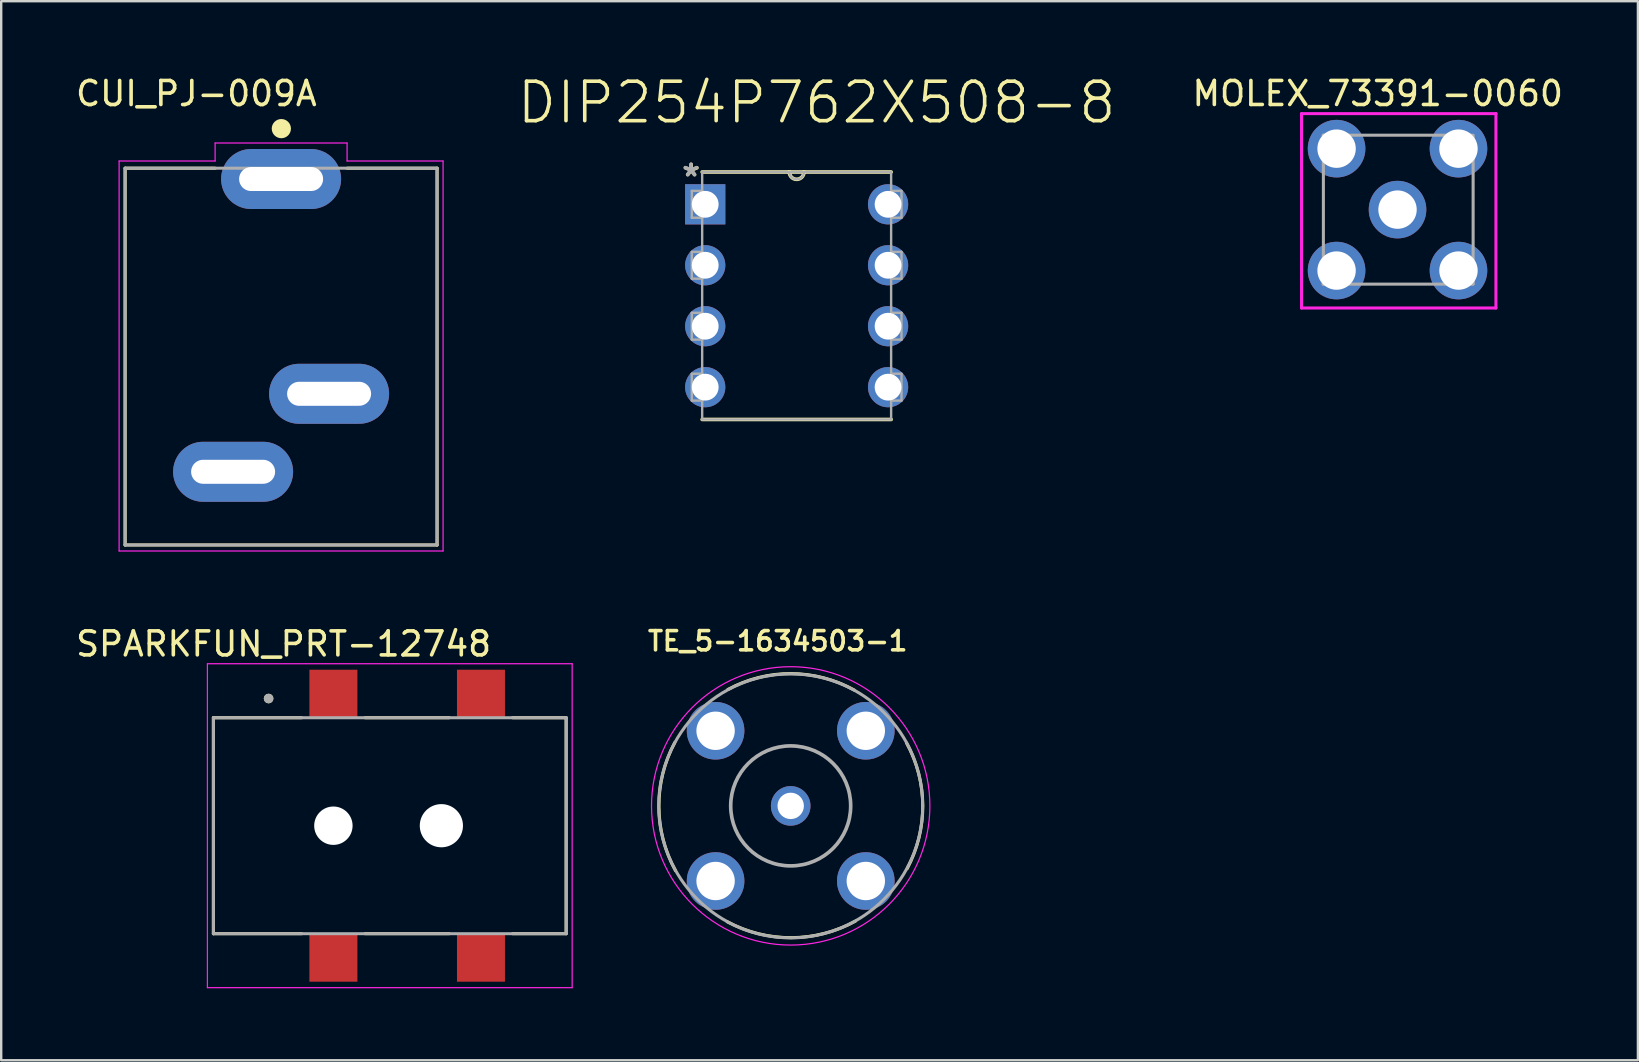
<source format=kicad_pcb>
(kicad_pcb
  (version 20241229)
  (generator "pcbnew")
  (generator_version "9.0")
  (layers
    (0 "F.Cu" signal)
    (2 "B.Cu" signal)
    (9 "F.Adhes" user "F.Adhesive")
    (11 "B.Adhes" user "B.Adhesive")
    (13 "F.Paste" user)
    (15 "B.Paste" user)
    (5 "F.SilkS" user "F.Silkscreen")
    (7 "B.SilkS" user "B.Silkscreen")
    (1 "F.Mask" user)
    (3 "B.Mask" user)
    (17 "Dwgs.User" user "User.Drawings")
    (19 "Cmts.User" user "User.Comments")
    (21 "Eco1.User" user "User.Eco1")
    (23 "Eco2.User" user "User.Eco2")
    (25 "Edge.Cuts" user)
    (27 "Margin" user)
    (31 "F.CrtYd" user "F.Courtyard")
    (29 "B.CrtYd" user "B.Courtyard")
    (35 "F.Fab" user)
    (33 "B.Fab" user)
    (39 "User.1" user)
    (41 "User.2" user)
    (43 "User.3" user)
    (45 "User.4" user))
  (footprint "SPARKFUN_PRT-12748"
    (layer "F.Cu")
    (at 13.193 31.359)
    (property "Reference" "SPARKFUN_PRT-12748" (at -4.425 -7.575 0) (layer "F.SilkS") (effects (font (size 1 1) (thickness 0.15))))
    (attr through_hole)
    (fp_line (start -7.35 -4.5) (end -3.67 -4.5) (stroke (width 0.127) (type solid)) (layer "F.SilkS"))
    (fp_line (start -7.35 4.5) (end -7.35 -4.5) (stroke (width 0.127) (type solid)) (layer "F.SilkS"))
    (fp_line (start -3.67 4.5) (end -7.35 4.5) (stroke (width 0.127) (type solid)) (layer "F.SilkS"))
    (fp_line (start -1.03 -4.5) (end 2.48 -4.5) (stroke (width 0.127) (type solid)) (layer "F.SilkS"))
    (fp_line (start -1.03 4.5) (end 2.48 4.5) (stroke (width 0.127) (type solid)) (layer "F.SilkS"))
    (fp_line (start 5.12 -4.5) (end 7.35 -4.5) (stroke (width 0.127) (type solid)) (layer "F.SilkS"))
    (fp_line (start 7.35 -4.5) (end 7.35 4.5) (stroke (width 0.127) (type solid)) (layer "F.SilkS"))
    (fp_line (start 7.35 4.5) (end 5.12 4.5) (stroke (width 0.127) (type solid)) (layer "F.SilkS"))
    (fp_circle (center -5.05 -5.3) (end -4.95 -5.3) (stroke (width 0.2) (type solid)) (fill no) (layer "F.SilkS"))
    (fp_line (start -7.6 -6.75) (end -7.6 6.75) (stroke (width 0.05) (type solid)) (layer "F.CrtYd"))
    (fp_line (start -7.6 6.75) (end 7.6 6.75) (stroke (width 0.05) (type solid)) (layer "F.CrtYd"))
    (fp_line (start 7.6 -6.75) (end -7.6 -6.75) (stroke (width 0.05) (type solid)) (layer "F.CrtYd"))
    (fp_line (start 7.6 6.75) (end 7.6 -6.75) (stroke (width 0.05) (type solid)) (layer "F.CrtYd"))
    (fp_line (start -7.35 -4.5) (end 7.35 -4.5) (stroke (width 0.127) (type solid)) (layer "F.Fab"))
    (fp_line (start -7.35 4.5) (end -7.35 -4.5) (stroke (width 0.127) (type solid)) (layer "F.Fab"))
    (fp_line (start 7.35 -4.5) (end 7.35 4.5) (stroke (width 0.127) (type solid)) (layer "F.Fab"))
    (fp_line (start 7.35 4.5) (end -7.35 4.5) (stroke (width 0.127) (type solid)) (layer "F.Fab"))
    (fp_circle (center -5.05 -5.3) (end -4.95 -5.3) (stroke (width 0.2) (type solid)) (fill no) (layer "F.Fab"))
    (pad "" np_thru_hole circle (at -2.35 0) (size 1.6 1.6) (drill 1.6) (layers "*.Cu" "*.Mask"))
    (pad "" np_thru_hole circle (at 2.15 0) (size 1.8 1.8) (drill 1.8) (layers "*.Cu" "*.Mask"))
    (pad "1_1" smd rect (at -2.35 -5.5) (size 2 2) (layers "F.Cu" "F.Mask" "F.Paste"))
    (pad "1_2" smd rect (at 3.8 -5.5) (size 2 2) (layers "F.Cu" "F.Mask" "F.Paste"))
    (pad "2" smd rect (at -2.35 5.5) (size 2 2) (layers "F.Cu" "F.Mask" "F.Paste"))
    (pad "3" smd rect (at 3.8 5.5) (size 2 2) (layers "F.Cu" "F.Mask" "F.Paste")))
  (footprint "TE_5-1634503-1"
    (layer "F.Cu")
    (at 29.9 30.533)
    (property "Reference" "TE_5-1634503-1" (at -0.541 -6.866 0) (layer "F.SilkS") (effects (font (size 0.801 0.801) (thickness 0.15))))
    (attr through_hole)
    (fp_arc (start -4.8 2.7) (mid -5.492185 0.030428) (end -4.827 -2.646) (stroke (width 0.127) (type solid)) (layer "F.SilkS"))
    (fp_arc (start -2.6162 -4.8514) (mid 0.018022 -5.512552) (end 2.646 -4.827) (stroke (width 0.127) (type solid)) (layer "F.SilkS"))
    (fp_arc (start 2.7 4.8) (mid 0.030428 5.492185) (end -2.646 4.827) (stroke (width 0.127) (type solid)) (layer "F.SilkS"))
    (fp_arc (start 4.8254 -2.6254) (mid 5.503832 -0.007901) (end 4.8514 2.6162) (stroke (width 0.127) (type solid)) (layer "F.SilkS"))
    (fp_circle (center 0 0) (end 5.8 0) (stroke (width 0.05) (type solid)) (fill no) (layer "F.CrtYd"))
    (fp_circle (center 0 0) (end 2.5 0) (stroke (width 0.152) (type solid)) (fill no) (layer "F.Fab"))
    (fp_circle (center 0 0) (end 5.5 0) (stroke (width 0.127) (type solid)) (fill no) (layer "F.Fab"))
    (pad "1" thru_hole circle (at 0 0) (size 1.65 1.65) (drill 1.1) (layers "*.Cu" "*.Mask"))
    (pad "2" thru_hole circle (at -3.13 -3.13) (size 2.4 2.4) (drill 1.6) (layers "*.Cu" "*.Mask"))
    (pad "3" thru_hole circle (at 3.13 -3.13) (size 2.4 2.4) (drill 1.6) (layers "*.Cu" "*.Mask"))
    (pad "4" thru_hole circle (at 3.13 3.13) (size 2.4 2.4) (drill 1.6) (layers "*.Cu" "*.Mask"))
    (pad "5" thru_hole circle (at -3.13 3.13) (size 2.4 2.4) (drill 1.6) (layers "*.Cu" "*.Mask")))
  (footprint "CUI_PJ-009A"
    (layer "F.Cu")
    (at 8.664 4.41)
    (property "Reference" "CUI_PJ-009A" (at -3.531 -3.561 0) (layer "F.SilkS") (effects (font (size 1.002 1.002) (thickness 0.15))))
    (attr through_hole)
    (fp_line (start -6.5 -0.45) (end -6.5 15.25) (stroke (width 0.127) (type solid)) (layer "F.SilkS"))
    (fp_line (start -6.5 15.25) (end 6.5 15.25) (stroke (width 0.127) (type solid)) (layer "F.SilkS"))
    (fp_line (start -2.75 -0.45) (end -6.5 -0.45) (stroke (width 0.127) (type solid)) (layer "F.SilkS"))
    (fp_line (start 6.5 -0.45) (end 2.75 -0.45) (stroke (width 0.127) (type solid)) (layer "F.SilkS"))
    (fp_line (start 6.5 15.25) (end 6.5 -0.45) (stroke (width 0.127) (type solid)) (layer "F.SilkS"))
    (fp_circle (center 0.01 -2.1) (end 0.21 -2.1) (stroke (width 0.4) (type solid)) (fill no) (layer "F.SilkS"))
    (fp_line (start -6.75 -0.75) (end -2.75 -0.75) (stroke (width 0.05) (type solid)) (layer "F.CrtYd"))
    (fp_line (start -6.75 15.5) (end -6.75 -0.75) (stroke (width 0.05) (type solid)) (layer "F.CrtYd"))
    (fp_line (start -2.75 -1.5) (end 2.75 -1.5) (stroke (width 0.05) (type solid)) (layer "F.CrtYd"))
    (fp_line (start -2.75 -0.75) (end -2.75 -1.5) (stroke (width 0.05) (type solid)) (layer "F.CrtYd"))
    (fp_line (start 2.75 -1.5) (end 2.75 -0.75) (stroke (width 0.05) (type solid)) (layer "F.CrtYd"))
    (fp_line (start 2.75 -0.75) (end 6.75 -0.75) (stroke (width 0.05) (type solid)) (layer "F.CrtYd"))
    (fp_line (start 6.75 -0.75) (end 6.75 15.5) (stroke (width 0.05) (type solid)) (layer "F.CrtYd"))
    (fp_line (start 6.75 15.5) (end -6.75 15.5) (stroke (width 0.05) (type solid)) (layer "F.CrtYd"))
    (fp_line (start -6.5 -0.45) (end -6.5 15.25) (stroke (width 0.127) (type solid)) (layer "F.Fab"))
    (fp_line (start -6.5 15.25) (end 6.5 15.25) (stroke (width 0.127) (type solid)) (layer "F.Fab"))
    (fp_line (start 6.5 -0.45) (end -6.5 -0.45) (stroke (width 0.127) (type solid)) (layer "F.Fab"))
    (fp_line (start 6.5 15.25) (end 6.5 -0.45) (stroke (width 0.127) (type solid)) (layer "F.Fab"))
    (pad "1" thru_hole oval (at 0 0) (size 5 2.5) (drill oval 3.5 1) (layers "*.Cu" "*.Mask"))
    (pad "2" thru_hole oval (at -2 12.2) (size 5 2.5) (drill oval 3.5 1) (layers "*.Cu" "*.Mask"))
    (pad "3" thru_hole oval (at 2 8.95) (size 5 2.5) (drill oval 3.5 1) (layers "*.Cu" "*.Mask")))
  (footprint "MOLEX_73391-0060"
    (layer "F.Cu")
    (at 55.188 5.685)
    (property "Reference" "MOLEX_73391-0060" (at -0.825 -4.837 0) (layer "F.SilkS") (effects (font (size 1 1) (thickness 0.15))))
    (attr through_hole)
    (fp_line (start -4 -4) (end 4.1 -4) (stroke (width 0.127) (type solid)) (layer "F.CrtYd"))
    (fp_line (start -4 4.1) (end -4 -4) (stroke (width 0.127) (type solid)) (layer "F.CrtYd"))
    (fp_line (start 4.1 -4) (end 4.1 4.1) (stroke (width 0.127) (type solid)) (layer "F.CrtYd"))
    (fp_line (start 4.1 4.1) (end -4 4.1) (stroke (width 0.127) (type solid)) (layer "F.CrtYd"))
    (fp_line (start -3.105 3.105) (end 3.105 3.105) (stroke (width 0.127) (type solid)) (layer "F.Fab"))
    (fp_line (start -3.1 -3.1) (end -3.09 -3.1) (stroke (width 0.127) (type solid)) (layer "F.Fab"))
    (fp_line (start -3.09 -3.1) (end -3.09 3.11) (stroke (width 0.127) (type solid)) (layer "F.Fab"))
    (fp_line (start -3.09 -3.1) (end 3.1 -3.1) (stroke (width 0.127) (type solid)) (layer "F.Fab"))
    (fp_line (start 3.12 3.1) (end 3.15 3.1) (stroke (width 0.127) (type solid)) (layer "F.Fab"))
    (fp_line (start 3.15 3.1) (end 3.15 -3.1) (stroke (width 0.127) (type solid)) (layer "F.Fab"))
    (pad "1" thru_hole circle (at 0 0) (size 2.4 2.4) (drill 1.6) (layers "*.Cu" "*.Mask"))
    (pad "2" thru_hole circle (at -2.54 -2.54) (size 2.4 2.4) (drill 1.6) (layers "*.Cu" "*.Mask"))
    (pad "3" thru_hole circle (at 2.54 -2.54) (size 2.4 2.4) (drill 1.6) (layers "*.Cu" "*.Mask"))
    (pad "4" thru_hole circle (at -2.54 2.54) (size 2.4 2.4) (drill 1.6) (layers "*.Cu" "*.Mask"))
    (pad "5" thru_hole circle (at 2.54 2.54) (size 2.4 2.4) (drill 1.6) (layers "*.Cu" "*.Mask")))
  (footprint "DIP254P762X508-8"
    (layer "F.Cu")
    (at 33.958 13.084)
    (property "Reference" "DIP254P762X508-8" (at -2.978 -11.859 0) (layer "F.SilkS") (effects (font (size 1.643 1.643) (thickness 0.15))))
    (attr through_hole)
    (fp_line (start -7.747 1.346) (end 0.127 1.346) (stroke (width 0.152) (type solid)) (layer "F.SilkS"))
    (fp_line (start -4.115 -8.966) (end -7.747 -8.966) (stroke (width 0.152) (type solid)) (layer "F.SilkS"))
    (fp_line (start -3.505 -8.966) (end -4.115 -8.966) (stroke (width 0.152) (type solid)) (layer "F.SilkS"))
    (fp_line (start 0.127 -8.966) (end -3.505 -8.966) (stroke (width 0.152) (type solid)) (layer "F.SilkS"))
    (fp_arc (start -3.5052 -8.9662) (mid -3.81 -8.6614) (end -4.1148 -8.9662) (stroke (width 0.1524) (type solid)) (layer "F.SilkS"))
    (fp_line (start -8.179 -8.179) (end -8.179 -7.061) (stroke (width 0.1) (type solid)) (layer "F.Fab"))
    (fp_line (start -8.179 -7.061) (end -7.747 -7.061) (stroke (width 0.1) (type solid)) (layer "F.Fab"))
    (fp_line (start -8.179 -5.639) (end -8.179 -4.521) (stroke (width 0.1) (type solid)) (layer "F.Fab"))
    (fp_line (start -8.179 -4.521) (end -7.747 -4.521) (stroke (width 0.1) (type solid)) (layer "F.Fab"))
    (fp_line (start -8.179 -3.099) (end -8.179 -1.981) (stroke (width 0.1) (type solid)) (layer "F.Fab"))
    (fp_line (start -8.179 -1.981) (end -7.747 -1.981) (stroke (width 0.1) (type solid)) (layer "F.Fab"))
    (fp_line (start -8.179 -0.559) (end -8.179 0.559) (stroke (width 0.1) (type solid)) (layer "F.Fab"))
    (fp_line (start -8.179 0.559) (end -7.747 0.559) (stroke (width 0.1) (type solid)) (layer "F.Fab"))
    (fp_line (start -7.747 -8.966) (end -7.747 1.346) (stroke (width 0.1) (type solid)) (layer "F.Fab"))
    (fp_line (start -7.747 -8.179) (end -8.179 -8.179) (stroke (width 0.1) (type solid)) (layer "F.Fab"))
    (fp_line (start -7.747 -7.061) (end -7.747 -8.179) (stroke (width 0.1) (type solid)) (layer "F.Fab"))
    (fp_line (start -7.747 -5.639) (end -8.179 -5.639) (stroke (width 0.1) (type solid)) (layer "F.Fab"))
    (fp_line (start -7.747 -4.521) (end -7.747 -5.639) (stroke (width 0.1) (type solid)) (layer "F.Fab"))
    (fp_line (start -7.747 -3.099) (end -8.179 -3.099) (stroke (width 0.1) (type solid)) (layer "F.Fab"))
    (fp_line (start -7.747 -1.981) (end -7.747 -3.099) (stroke (width 0.1) (type solid)) (layer "F.Fab"))
    (fp_line (start -7.747 -0.559) (end -8.179 -0.559) (stroke (width 0.1) (type solid)) (layer "F.Fab"))
    (fp_line (start -7.747 0.559) (end -7.747 -0.559) (stroke (width 0.1) (type solid)) (layer "F.Fab"))
    (fp_line (start -7.747 1.346) (end 0.127 1.346) (stroke (width 0.1) (type solid)) (layer "F.Fab"))
    (fp_line (start -4.115 -8.966) (end -7.747 -8.966) (stroke (width 0.1) (type solid)) (layer "F.Fab"))
    (fp_line (start -3.505 -8.966) (end -4.115 -8.966) (stroke (width 0.1) (type solid)) (layer "F.Fab"))
    (fp_line (start 0.127 -8.966) (end -3.505 -8.966) (stroke (width 0.1) (type solid)) (layer "F.Fab"))
    (fp_line (start 0.127 -8.179) (end 0.127 -7.061) (stroke (width 0.1) (type solid)) (layer "F.Fab"))
    (fp_line (start 0.127 -7.061) (end 0.559 -7.061) (stroke (width 0.1) (type solid)) (layer "F.Fab"))
    (fp_line (start 0.127 -5.639) (end 0.127 -4.521) (stroke (width 0.1) (type solid)) (layer "F.Fab"))
    (fp_line (start 0.127 -4.521) (end 0.559 -4.521) (stroke (width 0.1) (type solid)) (layer "F.Fab"))
    (fp_line (start 0.127 -3.099) (end 0.127 -1.981) (stroke (width 0.1) (type solid)) (layer "F.Fab"))
    (fp_line (start 0.127 -1.981) (end 0.559 -1.981) (stroke (width 0.1) (type solid)) (layer "F.Fab"))
    (fp_line (start 0.127 -0.559) (end 0.127 0.559) (stroke (width 0.1) (type solid)) (layer "F.Fab"))
    (fp_line (start 0.127 0.559) (end 0.559 0.559) (stroke (width 0.1) (type solid)) (layer "F.Fab"))
    (fp_line (start 0.127 1.346) (end 0.127 -8.966) (stroke (width 0.1) (type solid)) (layer "F.Fab"))
    (fp_line (start 0.559 -8.179) (end 0.127 -8.179) (stroke (width 0.1) (type solid)) (layer "F.Fab"))
    (fp_line (start 0.559 -7.061) (end 0.559 -8.179) (stroke (width 0.1) (type solid)) (layer "F.Fab"))
    (fp_line (start 0.559 -5.639) (end 0.127 -5.639) (stroke (width 0.1) (type solid)) (layer "F.Fab"))
    (fp_line (start 0.559 -4.521) (end 0.559 -5.639) (stroke (width 0.1) (type solid)) (layer "F.Fab"))
    (fp_line (start 0.559 -3.099) (end 0.127 -3.099) (stroke (width 0.1) (type solid)) (layer "F.Fab"))
    (fp_line (start 0.559 -1.981) (end 0.559 -3.099) (stroke (width 0.1) (type solid)) (layer "F.Fab"))
    (fp_line (start 0.559 -0.559) (end 0.127 -0.559) (stroke (width 0.1) (type solid)) (layer "F.Fab"))
    (fp_line (start 0.559 0.559) (end 0.559 -0.559) (stroke (width 0.1) (type solid)) (layer "F.Fab"))
    (fp_arc (start -3.5052 -8.9662) (mid -3.81 -8.6614) (end -4.1148 -8.9662) (stroke (width 0.1) (type solid)) (layer "F.Fab"))
    (fp_text user "*" (at -8.205 -8.738 0) (layer "F.SilkS") (effects (font (size 1 1) (thickness 0.15))))
    (fp_text user "*" (at -8.212 -8.746 0) (layer "F.Fab") (effects (font (size 1.001 1.001) (thickness 0.15))))
    (pad "1" thru_hole rect (at -7.62 -7.62) (size 1.676 1.676) (drill 1.118) (layers "*.Cu" "*.Mask"))
    (pad "2" thru_hole circle (at -7.62 -5.08) (size 1.676 1.676) (drill 1.118) (layers "*.Cu" "*.Mask"))
    (pad "3" thru_hole circle (at -7.62 -2.54) (size 1.676 1.676) (drill 1.118) (layers "*.Cu" "*.Mask"))
    (pad "4" thru_hole circle (at -7.62 0) (size 1.676 1.676) (drill 1.118) (layers "*.Cu" "*.Mask"))
    (pad "5" thru_hole circle (at 0 0) (size 1.676 1.676) (drill 1.118) (layers "*.Cu" "*.Mask"))
    (pad "6" thru_hole circle (at 0 -2.54) (size 1.676 1.676) (drill 1.118) (layers "*.Cu" "*.Mask"))
    (pad "7" thru_hole circle (at 0 -5.08) (size 1.676 1.676) (drill 1.118) (layers "*.Cu" "*.Mask"))
    (pad "8" thru_hole circle (at 0 -7.62) (size 1.676 1.676) (drill 1.118) (layers "*.Cu" "*.Mask")))
  (gr_rect
    (start -3 -3)
    (end 65.205 41.134)
    (stroke (width 0.1) (type default))
    (fill no)
    (layer "Edge.Cuts")))
</source>
